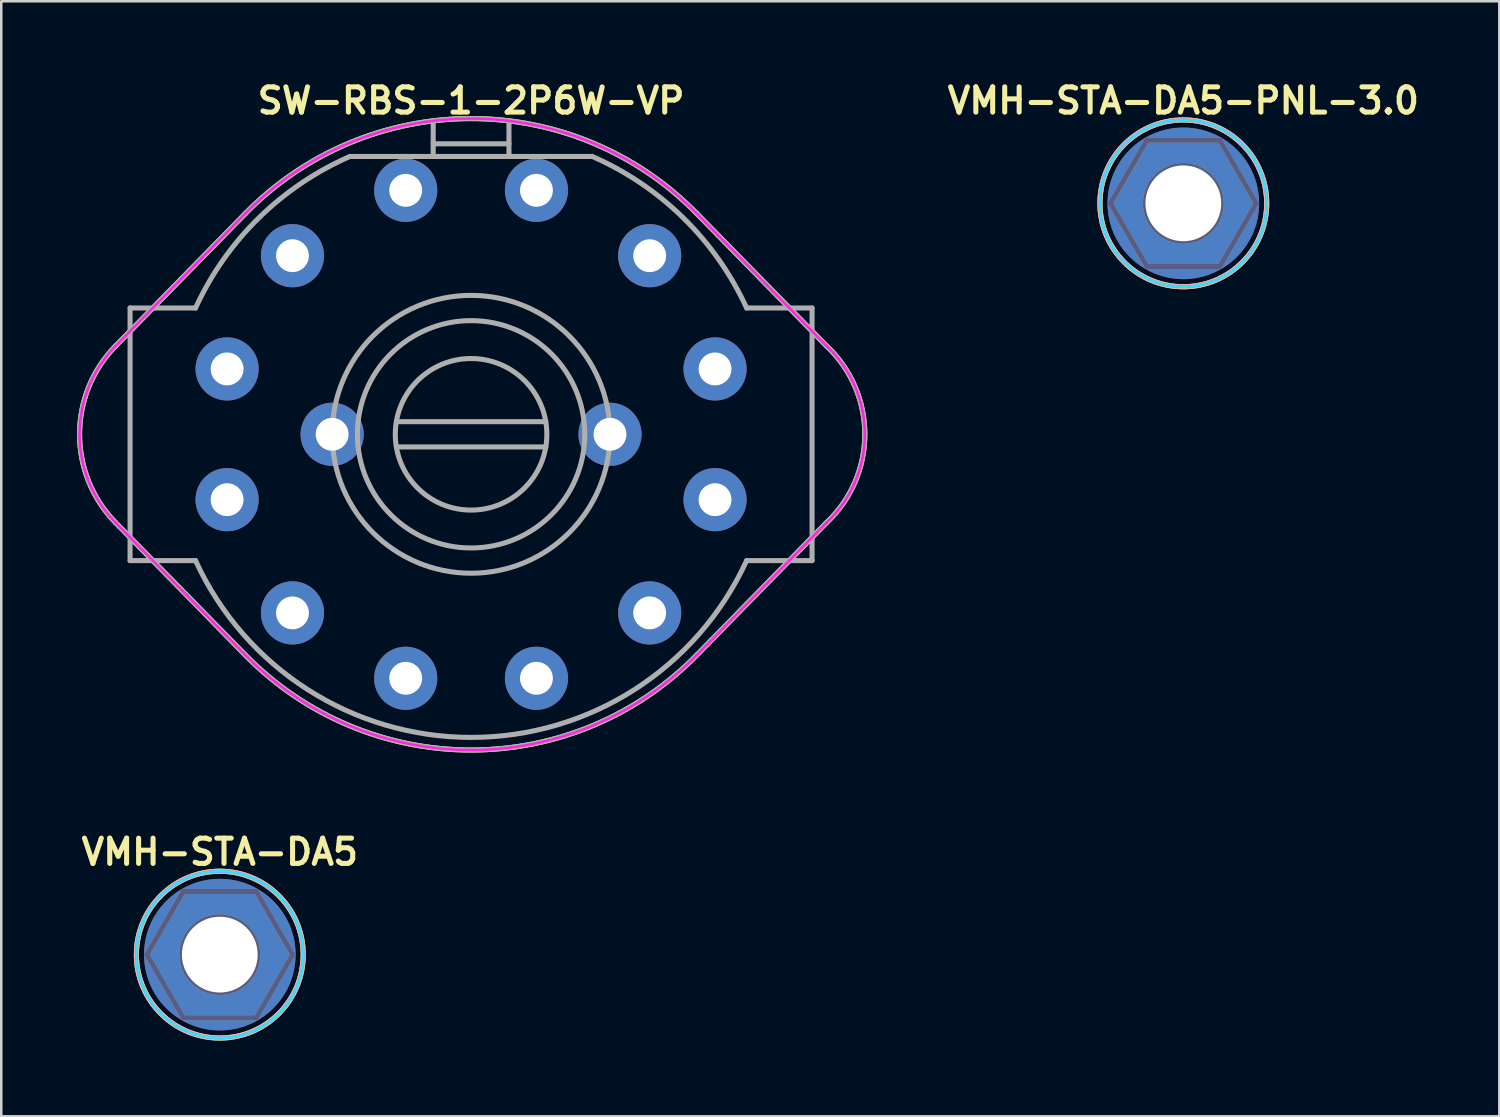
<source format=kicad_pcb>
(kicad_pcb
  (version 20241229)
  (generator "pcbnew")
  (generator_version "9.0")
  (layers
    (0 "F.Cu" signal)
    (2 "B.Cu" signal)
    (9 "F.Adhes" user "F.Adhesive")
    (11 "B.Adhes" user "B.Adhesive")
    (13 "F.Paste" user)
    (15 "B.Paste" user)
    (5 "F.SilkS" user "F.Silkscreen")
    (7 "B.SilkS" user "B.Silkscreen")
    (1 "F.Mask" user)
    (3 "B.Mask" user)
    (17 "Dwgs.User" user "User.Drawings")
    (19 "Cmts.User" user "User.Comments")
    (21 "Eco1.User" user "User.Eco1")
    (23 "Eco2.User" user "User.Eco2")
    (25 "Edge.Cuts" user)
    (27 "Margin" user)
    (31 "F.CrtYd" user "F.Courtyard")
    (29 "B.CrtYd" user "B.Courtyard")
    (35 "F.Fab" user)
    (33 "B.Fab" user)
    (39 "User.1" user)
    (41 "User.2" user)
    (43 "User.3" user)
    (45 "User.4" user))
  (footprint "SW-RBS-1-2P6W-VP"
    (layer "F.Cu")
    (at 15.6 14.144)
    (property "Reference" "SW-RBS-1-2P6W-VP" (at 0 -13.208 0) (layer "F.SilkS") (effects (font (size 1 1) (thickness 0.2))))
    (attr through_hole)
    (fp_line (start -14.071 -3.499) (end -8.929 -8.748) (stroke (width 0.2) (type solid)) (layer "F.SilkS"))
    (fp_line (start -14.071 3.499) (end -8.929 8.748) (stroke (width 0.2) (type solid)) (layer "F.SilkS"))
    (fp_line (start 8.929 -8.748) (end 14.071 -3.499) (stroke (width 0.2) (type solid)) (layer "F.SilkS"))
    (fp_line (start 8.929 8.748) (end 14.071 3.499) (stroke (width 0.2) (type solid)) (layer "F.SilkS"))
    (fp_arc (start -14.073297 3.497362) (mid -15.499999 -0.001335) (end -14.071428 -3.49927) (stroke (width 0.2) (type solid)) (layer "F.SilkS"))
    (fp_arc (start -8.933244 -8.743404) (mid -0.00334 -12.499998) (end 8.92857 -8.748177) (stroke (width 0.2) (type solid)) (layer "F.SilkS"))
    (fp_arc (start 8.933244 8.743404) (mid 0.00334 12.499998) (end -8.92857 8.748177) (stroke (width 0.2) (type solid)) (layer "F.SilkS"))
    (fp_arc (start 14.069435 -3.501135) (mid 15.588732 -0.001365) (end 14.071428 3.49927) (stroke (width 0.2) (type solid)) (layer "F.SilkS"))
    (fp_line (start -14.071 -3.499) (end -8.929 -8.748) (stroke (width 0.1) (type solid)) (layer "F.CrtYd"))
    (fp_line (start -14.071 3.499) (end -8.929 8.748) (stroke (width 0.1) (type solid)) (layer "F.CrtYd"))
    (fp_line (start 8.929 -8.748) (end 14.071 -3.499) (stroke (width 0.1) (type solid)) (layer "F.CrtYd"))
    (fp_line (start 8.929 8.748) (end 14.071 3.499) (stroke (width 0.1) (type solid)) (layer "F.CrtYd"))
    (fp_arc (start -14.073297 3.497362) (mid -15.499999 -0.001335) (end -14.071428 -3.49927) (stroke (width 0.1) (type solid)) (layer "F.CrtYd"))
    (fp_arc (start -8.933244 -8.743404) (mid -0.00334 -12.499998) (end 8.92857 -8.748177) (stroke (width 0.1) (type solid)) (layer "F.CrtYd"))
    (fp_arc (start 8.933244 8.743404) (mid 0.00334 12.499998) (end -8.92857 8.748177) (stroke (width 0.1) (type solid)) (layer "F.CrtYd"))
    (fp_arc (start 14.069435 -3.501135) (mid 15.588732 -0.001365) (end 14.071428 3.49927) (stroke (width 0.1) (type solid)) (layer "F.CrtYd"))
    (fp_line (start -14.071 -3.499) (end -8.929 -8.748) (stroke (width 0.2) (type solid)) (layer "F.Fab"))
    (fp_line (start -14.071 3.499) (end -8.929 8.748) (stroke (width 0.2) (type solid)) (layer "F.Fab"))
    (fp_line (start -13.5 -5) (end -13.5 5) (stroke (width 0.2) (type solid)) (layer "F.Fab"))
    (fp_line (start -13.5 -5) (end -10.909 -5) (stroke (width 0.2) (type solid)) (layer "F.Fab"))
    (fp_line (start -13.5 5) (end -10.909 5) (stroke (width 0.2) (type solid)) (layer "F.Fab"))
    (fp_line (start -4.796 -11) (end 4.796 -11) (stroke (width 0.2) (type solid)) (layer "F.Fab"))
    (fp_line (start -2.958 -0.5) (end 2.958 -0.5) (stroke (width 0.2) (type solid)) (layer "F.Fab"))
    (fp_line (start -2.958 0.5) (end 2.958 0.5) (stroke (width 0.2) (type solid)) (layer "F.Fab"))
    (fp_line (start -1.5 -12.41) (end -1.5 -11) (stroke (width 0.2) (type solid)) (layer "F.Fab"))
    (fp_line (start -1.5 -11.5) (end 1.5 -11.5) (stroke (width 0.2) (type solid)) (layer "F.Fab"))
    (fp_line (start 1.5 -12.41) (end 1.5 -11) (stroke (width 0.2) (type solid)) (layer "F.Fab"))
    (fp_line (start 8.929 -8.748) (end 14.071 -3.499) (stroke (width 0.2) (type solid)) (layer "F.Fab"))
    (fp_line (start 8.929 8.748) (end 14.071 3.499) (stroke (width 0.2) (type solid)) (layer "F.Fab"))
    (fp_line (start 10.909 -5) (end 13.5 -5) (stroke (width 0.2) (type solid)) (layer "F.Fab"))
    (fp_line (start 10.909 5) (end 13.5 5) (stroke (width 0.2) (type solid)) (layer "F.Fab"))
    (fp_line (start 13.5 -5) (end 13.5 5) (stroke (width 0.2) (type solid)) (layer "F.Fab"))
    (fp_arc (start -14.073297 3.497362) (mid -15.499999 -0.001335) (end -14.071428 -3.49927) (stroke (width 0.2) (type solid)) (layer "F.Fab"))
    (fp_arc (start -10.908711 -5) (mid -8.405841 -8.563984) (end -4.795831 -10.999999) (stroke (width 0.2) (type solid)) (layer "F.Fab"))
    (fp_arc (start -8.933244 -8.743404) (mid -0.00334 -12.499998) (end 8.92857 -8.748177) (stroke (width 0.2) (type solid)) (layer "F.Fab"))
    (fp_arc (start 4.795832 -10.999998) (mid 8.405841 -8.563983) (end 10.908711 -4.999999) (stroke (width 0.2) (type solid)) (layer "F.Fab"))
    (fp_arc (start 8.933244 8.743404) (mid 0.00334 12.499998) (end -8.92857 8.748177) (stroke (width 0.2) (type solid)) (layer "F.Fab"))
    (fp_arc (start 10.908711 5) (mid 0 11.999999) (end -10.908711 4.999999) (stroke (width 0.2) (type solid)) (layer "F.Fab"))
    (fp_arc (start 14.069435 -3.501135) (mid 15.588732 -0.001365) (end 14.071428 3.49927) (stroke (width 0.2) (type solid)) (layer "F.Fab"))
    (fp_circle (center 0 0) (end 3 0) (stroke (width 0.2) (type solid)) (fill no) (layer "F.Fab"))
    (fp_circle (center 0 0) (end 4.5 0) (stroke (width 0.2) (type solid)) (fill no) (layer "F.Fab"))
    (fp_circle (center 0 0) (end 5.5 0) (stroke (width 0.2) (type solid)) (fill no) (layer "F.Fab"))
    (pad "1-1" thru_hole circle (at -2.588 9.659) (size 2.5 2.5) (drill 1.3) (layers "B.Cu" "B.Mask"))
    (pad "1-2" thru_hole circle (at -7.071 7.071) (size 2.5 2.5) (drill 1.3) (layers "B.Cu" "B.Mask"))
    (pad "1-3" thru_hole circle (at -9.659 2.588) (size 2.5 2.5) (drill 1.3) (layers "B.Cu" "B.Mask"))
    (pad "1-4" thru_hole circle (at -9.659 -2.588) (size 2.5 2.5) (drill 1.3) (layers "B.Cu" "B.Mask"))
    (pad "1-5" thru_hole circle (at -7.071 -7.071) (size 2.5 2.5) (drill 1.3) (layers "B.Cu" "B.Mask"))
    (pad "1-6" thru_hole circle (at -2.588 -9.659) (size 2.5 2.5) (drill 1.3) (layers "B.Cu" "B.Mask"))
    (pad "2-1" thru_hole circle (at 2.588 -9.659) (size 2.5 2.5) (drill 1.3) (layers "B.Cu" "B.Mask"))
    (pad "2-2" thru_hole circle (at 7.071 -7.071) (size 2.5 2.5) (drill 1.3) (layers "B.Cu" "B.Mask"))
    (pad "2-3" thru_hole circle (at 9.659 -2.588) (size 2.5 2.5) (drill 1.3) (layers "B.Cu" "B.Mask"))
    (pad "2-4" thru_hole circle (at 9.659 2.588) (size 2.5 2.5) (drill 1.3) (layers "B.Cu" "B.Mask"))
    (pad "2-5" thru_hole circle (at 7.071 7.071) (size 2.5 2.5) (drill 1.3) (layers "B.Cu" "B.Mask"))
    (pad "2-6" thru_hole circle (at 2.588 9.659) (size 2.5 2.5) (drill 1.3) (layers "B.Cu" "B.Mask"))
    (pad "COM1" thru_hole circle (at -5.5 0) (size 2.5 2.5) (drill 1.3) (layers "B.Cu" "B.Mask"))
    (pad "COM2" thru_hole circle (at 5.5 0) (size 2.5 2.5) (drill 1.3) (layers "B.Cu" "B.Mask")))
  (footprint "VMH-STA-DA5-PNL-3.0"
    (layer "F.Cu")
    (at 43.798 5)
    (property "Reference" "VMH-STA-DA5-PNL-3.0" (at 0 -4.064 0) (layer "F.SilkS") (effects (font (size 1 1) (thickness 0.2))))
    (attr through_hole)
    (fp_circle (center 0 0) (end 3.302 0) (stroke (width 0.2) (type solid)) (fill no) (layer "F.SilkS"))
    (fp_circle (center 0 0) (end 3.302 0) (stroke (width 0.2) (type solid)) (fill no) (layer "B.SilkS"))
    (fp_circle (center 0 0) (end 1.5 0) (stroke (width 0.4) (type solid)) (fill no) (layer "Eco1.User"))
    (fp_circle (center 0 0) (end 3.302 0) (stroke (width 0.1) (type solid)) (fill no) (layer "B.CrtYd"))
    (fp_circle (center 0 0) (end 3.302 0) (stroke (width 0.1) (type solid)) (fill no) (layer "F.CrtYd"))
    (fp_line (start -2.887 0) (end -1.444 2.5) (stroke (width 0.2) (type solid)) (layer "B.Fab"))
    (fp_line (start -1.444 -2.5) (end -2.887 0) (stroke (width 0.2) (type solid)) (layer "B.Fab"))
    (fp_line (start -1.444 -2.5) (end 1.444 -2.5) (stroke (width 0.2) (type solid)) (layer "B.Fab"))
    (fp_line (start -1.444 2.5) (end 1.444 2.5) (stroke (width 0.2) (type solid)) (layer "B.Fab"))
    (fp_line (start 1.444 -2.5) (end 2.887 0) (stroke (width 0.2) (type solid)) (layer "B.Fab"))
    (fp_line (start 2.887 0) (end 1.444 2.5) (stroke (width 0.2) (type solid)) (layer "B.Fab"))
    (fp_circle (center 0 0) (end 1.5 0) (stroke (width 0.2) (type solid)) (fill no) (layer "B.Fab"))
    (fp_line (start -2.887 0) (end -1.444 2.5) (stroke (width 0.2) (type solid)) (layer "F.Fab"))
    (fp_line (start -1.444 -2.5) (end -2.887 0) (stroke (width 0.2) (type solid)) (layer "F.Fab"))
    (fp_line (start -1.444 -2.5) (end 1.444 -2.5) (stroke (width 0.2) (type solid)) (layer "F.Fab"))
    (fp_line (start -1.444 2.5) (end 1.444 2.5) (stroke (width 0.2) (type solid)) (layer "F.Fab"))
    (fp_line (start 1.444 -2.5) (end 2.887 0) (stroke (width 0.2) (type solid)) (layer "F.Fab"))
    (fp_line (start 2.887 0) (end 1.444 2.5) (stroke (width 0.2) (type solid)) (layer "F.Fab"))
    (fp_circle (center 0 0) (end 1.5 0) (stroke (width 0.2) (type solid)) (fill no) (layer "F.Fab"))
    (pad "0" thru_hole circle (at 0 0) (size 6 6) (drill 3) (layers "B.Cu" "B.Mask")))
  (footprint "VMH-STA-DA5"
    (layer "F.Cu")
    (at 5.652 34.744)
    (property "Reference" "VMH-STA-DA5" (at 0 -4.064 0) (layer "F.SilkS") (effects (font (size 1 1) (thickness 0.2))))
    (attr through_hole)
    (fp_circle (center 0 0) (end 3.302 0) (stroke (width 0.2) (type solid)) (fill no) (layer "F.SilkS"))
    (fp_circle (center 0 0) (end 3.302 0) (stroke (width 0.2) (type solid)) (fill no) (layer "B.SilkS"))
    (fp_circle (center 0 0) (end 3.302 0) (stroke (width 0.1) (type solid)) (fill no) (layer "B.CrtYd"))
    (fp_circle (center 0 0) (end 3.302 0) (stroke (width 0.1) (type solid)) (fill no) (layer "F.CrtYd"))
    (fp_line (start -2.887 0) (end -1.444 2.5) (stroke (width 0.2) (type solid)) (layer "B.Fab"))
    (fp_line (start -1.444 -2.5) (end -2.887 0) (stroke (width 0.2) (type solid)) (layer "B.Fab"))
    (fp_line (start -1.444 -2.5) (end 1.444 -2.5) (stroke (width 0.2) (type solid)) (layer "B.Fab"))
    (fp_line (start -1.444 2.5) (end 1.444 2.5) (stroke (width 0.2) (type solid)) (layer "B.Fab"))
    (fp_line (start 1.444 -2.5) (end 2.887 0) (stroke (width 0.2) (type solid)) (layer "B.Fab"))
    (fp_line (start 2.887 0) (end 1.444 2.5) (stroke (width 0.2) (type solid)) (layer "B.Fab"))
    (fp_circle (center 0 0) (end 1.5 0) (stroke (width 0.2) (type solid)) (fill no) (layer "B.Fab"))
    (fp_line (start -2.887 0) (end -1.444 2.5) (stroke (width 0.2) (type solid)) (layer "F.Fab"))
    (fp_line (start -1.444 -2.5) (end -2.887 0) (stroke (width 0.2) (type solid)) (layer "F.Fab"))
    (fp_line (start -1.444 -2.5) (end 1.444 -2.5) (stroke (width 0.2) (type solid)) (layer "F.Fab"))
    (fp_line (start -1.444 2.5) (end 1.444 2.5) (stroke (width 0.2) (type solid)) (layer "F.Fab"))
    (fp_line (start 1.444 -2.5) (end 2.887 0) (stroke (width 0.2) (type solid)) (layer "F.Fab"))
    (fp_line (start 2.887 0) (end 1.444 2.5) (stroke (width 0.2) (type solid)) (layer "F.Fab"))
    (fp_circle (center 0 0) (end 1.5 0) (stroke (width 0.2) (type solid)) (fill no) (layer "F.Fab"))
    (pad "0" thru_hole circle (at 0 0) (size 6 6) (drill 3) (layers "B.Cu" "B.Mask")))
  (gr_rect
    (start -3 -3)
    (end 56.308 41.146)
    (stroke (width 0.1) (type default))
    (fill no)
    (layer "Edge.Cuts")))
</source>
